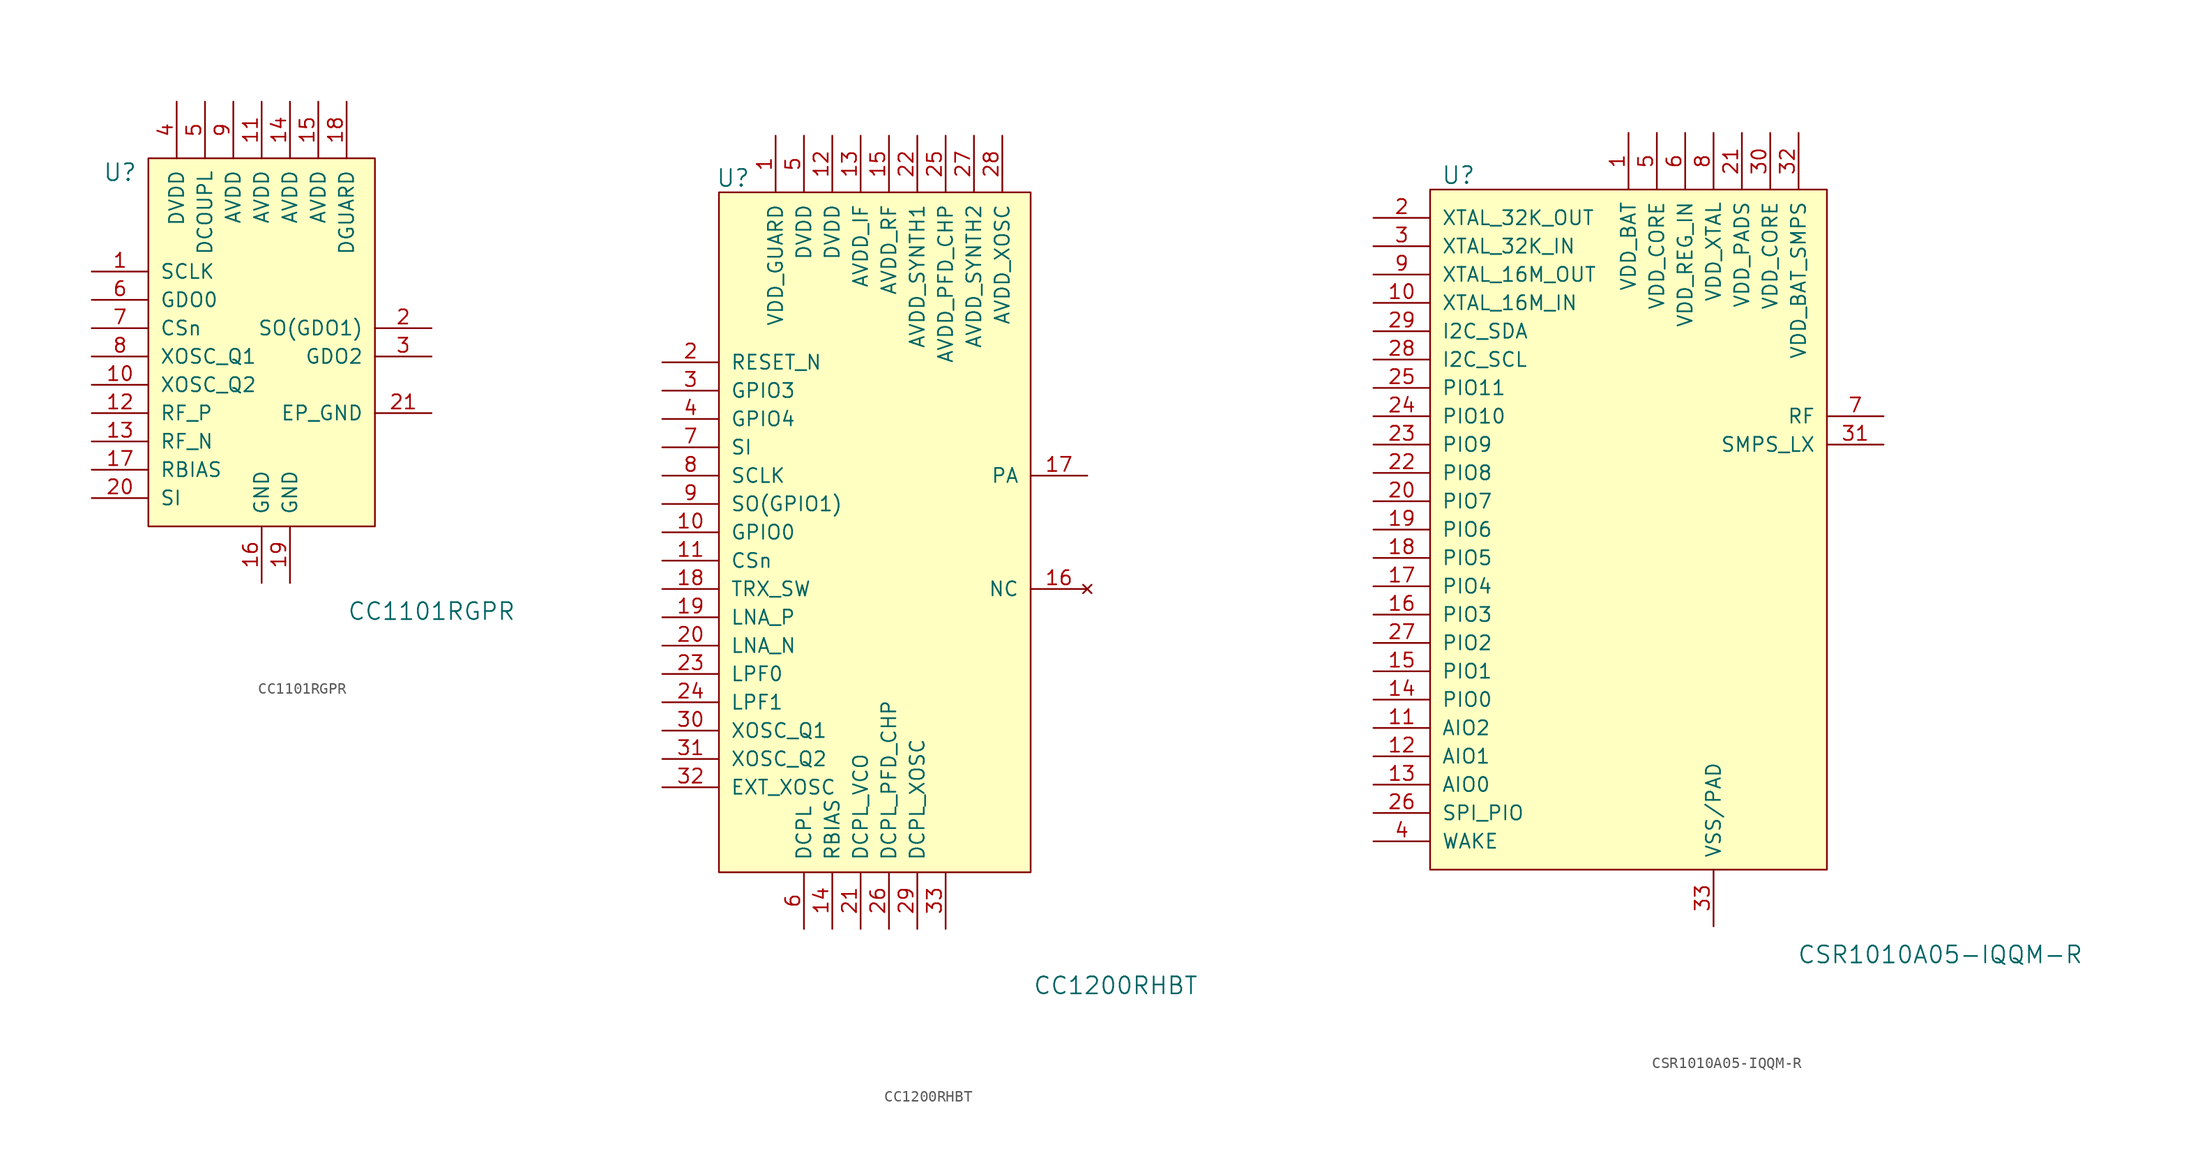
<source format=kicad_sym>
(kicad_symbol_lib
  (version 20231120)
  (generator "kicad_symbol_editor")
  (generator_version "8.0")
  (symbol "CC1101RGPR"
    (pin_names
      (offset 1.016))
    (property "Reference" "U"
      (at -12.7 11.43 0)
      (effects (font (size 1.524 1.524))))
    (property "Value" "CC1101RGPR"
      (at 15.24 -27.94 0)
      (effects (font (size 1.524 1.524))))
    (symbol "CC1101RGPR_0_1"
      (rectangle (start -10.16 12.7) (end 10.16 -20.32) (stroke (width 0) (type default)) (fill (type background))))
    (symbol "CC1101RGPR_1_1"
      (pin input line (at -15.24 2.54 0) (length 5.08) (name "SCLK" (effects (font (size 1.27 1.27)))) (number "1" (effects (font (size 1.27 1.27)))))
      (pin bidirectional line (at -15.24 -7.62 0) (length 5.08) (name "XOSC_Q2" (effects (font (size 1.27 1.27)))) (number "10" (effects (font (size 1.27 1.27)))))
      (pin power_in line (at 0 17.78 270) (length 5.08) (name "AVDD" (effects (font (size 1.27 1.27)))) (number "11" (effects (font (size 1.27 1.27)))))
      (pin bidirectional line (at -15.24 -10.16 0) (length 5.08) (name "RF_P" (effects (font (size 1.27 1.27)))) (number "12" (effects (font (size 1.27 1.27)))))
      (pin bidirectional line (at -15.24 -12.7 0) (length 5.08) (name "RF_N" (effects (font (size 1.27 1.27)))) (number "13" (effects (font (size 1.27 1.27)))))
      (pin power_in line (at 2.54 17.78 270) (length 5.08) (name "AVDD" (effects (font (size 1.27 1.27)))) (number "14" (effects (font (size 1.27 1.27)))))
      (pin power_in line (at 5.08 17.78 270) (length 5.08) (name "AVDD" (effects (font (size 1.27 1.27)))) (number "15" (effects (font (size 1.27 1.27)))))
      (pin power_in line (at 0 -25.4 90) (length 5.08) (name "GND" (effects (font (size 1.27 1.27)))) (number "16" (effects (font (size 1.27 1.27)))))
      (pin bidirectional line (at -15.24 -15.24 0) (length 5.08) (name "RBIAS" (effects (font (size 1.27 1.27)))) (number "17" (effects (font (size 1.27 1.27)))))
      (pin power_in line (at 7.62 17.78 270) (length 5.08) (name "DGUARD" (effects (font (size 1.27 1.27)))) (number "18" (effects (font (size 1.27 1.27)))))
      (pin power_in line (at 2.54 -25.4 90) (length 5.08) (name "GND" (effects (font (size 1.27 1.27)))) (number "19" (effects (font (size 1.27 1.27)))))
      (pin output line (at 15.24 -2.54 180) (length 5.08) (name "SO(GDO1)" (effects (font (size 1.27 1.27)))) (number "2" (effects (font (size 1.27 1.27)))))
      (pin input line (at -15.24 -17.78 0) (length 5.08) (name "SI" (effects (font (size 1.27 1.27)))) (number "20" (effects (font (size 1.27 1.27)))))
      (pin power_in line (at 15.24 -10.16 180) (length 5.08) (name "EP_GND" (effects (font (size 1.27 1.27)))) (number "21" (effects (font (size 1.27 1.27)))))
      (pin output line (at 15.24 -5.08 180) (length 5.08) (name "GDO2" (effects (font (size 1.27 1.27)))) (number "3" (effects (font (size 1.27 1.27)))))
      (pin power_in line (at -7.62 17.78 270) (length 5.08) (name "DVDD" (effects (font (size 1.27 1.27)))) (number "4" (effects (font (size 1.27 1.27)))))
      (pin power_in line (at -5.08 17.78 270) (length 5.08) (name "DCOUPL" (effects (font (size 1.27 1.27)))) (number "5" (effects (font (size 1.27 1.27)))))
      (pin bidirectional line (at -15.24 0 0) (length 5.08) (name "GDO0" (effects (font (size 1.27 1.27)))) (number "6" (effects (font (size 1.27 1.27)))))
      (pin input line (at -15.24 -2.54 0) (length 5.08) (name "CSn" (effects (font (size 1.27 1.27)))) (number "7" (effects (font (size 1.27 1.27)))))
      (pin bidirectional line (at -15.24 -5.08 0) (length 5.08) (name "XOSC_Q1" (effects (font (size 1.27 1.27)))) (number "8" (effects (font (size 1.27 1.27)))))
      (pin power_in line (at -2.54 17.78 270) (length 5.08) (name "AVDD" (effects (font (size 1.27 1.27)))) (number "9" (effects (font (size 1.27 1.27)))))))
  (symbol "CC1200RHBT"
    (pin_names
      (offset 1.016))
    (property "Reference" "U"
      (at -13.97 31.75 0)
      (effects (font (size 1.524 1.524))))
    (property "Value" "CC1200RHBT"
      (at 20.32 -40.64 0)
      (effects (font (size 1.524 1.524))))
    (symbol "CC1200RHBT_0_1"
      (rectangle (start -15.24 30.48) (end 12.7 -30.48) (stroke (width 0) (type default)) (fill (type background))))
    (symbol "CC1200RHBT_1_1"
      (pin power_in line (at -10.16 35.56 270) (length 5.08) (name "VDD_GUARD" (effects (font (size 1.27 1.27)))) (number "1" (effects (font (size 1.27 1.27)))))
      (pin bidirectional line (at -20.32 0 0) (length 5.08) (name "GPIO0" (effects (font (size 1.27 1.27)))) (number "10" (effects (font (size 1.27 1.27)))))
      (pin input line (at -20.32 -2.54 0) (length 5.08) (name "CSn" (effects (font (size 1.27 1.27)))) (number "11" (effects (font (size 1.27 1.27)))))
      (pin power_in line (at -5.08 35.56 270) (length 5.08) (name "DVDD" (effects (font (size 1.27 1.27)))) (number "12" (effects (font (size 1.27 1.27)))))
      (pin power_in line (at -2.54 35.56 270) (length 5.08) (name "AVDD_IF" (effects (font (size 1.27 1.27)))) (number "13" (effects (font (size 1.27 1.27)))))
      (pin power_in line (at -5.08 -35.56 90) (length 5.08) (name "RBIAS" (effects (font (size 1.27 1.27)))) (number "14" (effects (font (size 1.27 1.27)))))
      (pin power_in line (at 0 35.56 270) (length 5.08) (name "AVDD_RF" (effects (font (size 1.27 1.27)))) (number "15" (effects (font (size 1.27 1.27)))))
      (pin no_connect line (at 17.78 -5.08 180) (length 5.08) (name "NC" (effects (font (size 1.27 1.27)))) (number "16" (effects (font (size 1.27 1.27)))))
      (pin output line (at 17.78 5.08 180) (length 5.08) (name "PA" (effects (font (size 1.27 1.27)))) (number "17" (effects (font (size 1.27 1.27)))))
      (pin input line (at -20.32 -5.08 0) (length 5.08) (name "TRX_SW" (effects (font (size 1.27 1.27)))) (number "18" (effects (font (size 1.27 1.27)))))
      (pin input line (at -20.32 -7.62 0) (length 5.08) (name "LNA_P" (effects (font (size 1.27 1.27)))) (number "19" (effects (font (size 1.27 1.27)))))
      (pin input line (at -20.32 15.24 0) (length 5.08) (name "RESET_N" (effects (font (size 1.27 1.27)))) (number "2" (effects (font (size 1.27 1.27)))))
      (pin input line (at -20.32 -10.16 0) (length 5.08) (name "LNA_N" (effects (font (size 1.27 1.27)))) (number "20" (effects (font (size 1.27 1.27)))))
      (pin power_in line (at -2.54 -35.56 90) (length 5.08) (name "DCPL_VCO" (effects (font (size 1.27 1.27)))) (number "21" (effects (font (size 1.27 1.27)))))
      (pin power_in line (at 2.54 35.56 270) (length 5.08) (name "AVDD_SYNTH1" (effects (font (size 1.27 1.27)))) (number "22" (effects (font (size 1.27 1.27)))))
      (pin unspecified line (at -20.32 -12.7 0) (length 5.08) (name "LPF0" (effects (font (size 1.27 1.27)))) (number "23" (effects (font (size 1.27 1.27)))))
      (pin unspecified line (at -20.32 -15.24 0) (length 5.08) (name "LPF1" (effects (font (size 1.27 1.27)))) (number "24" (effects (font (size 1.27 1.27)))))
      (pin power_in line (at 5.08 35.56 270) (length 5.08) (name "AVDD_PFD_CHP" (effects (font (size 1.27 1.27)))) (number "25" (effects (font (size 1.27 1.27)))))
      (pin power_in line (at 0 -35.56 90) (length 5.08) (name "DCPL_PFD_CHP" (effects (font (size 1.27 1.27)))) (number "26" (effects (font (size 1.27 1.27)))))
      (pin power_in line (at 7.62 35.56 270) (length 5.08) (name "AVDD_SYNTH2" (effects (font (size 1.27 1.27)))) (number "27" (effects (font (size 1.27 1.27)))))
      (pin power_in line (at 10.16 35.56 270) (length 5.08) (name "AVDD_XOSC" (effects (font (size 1.27 1.27)))) (number "28" (effects (font (size 1.27 1.27)))))
      (pin power_in line (at 2.54 -35.56 90) (length 5.08) (name "DCPL_XOSC" (effects (font (size 1.27 1.27)))) (number "29" (effects (font (size 1.27 1.27)))))
      (pin bidirectional line (at -20.32 12.7 0) (length 5.08) (name "GPIO3" (effects (font (size 1.27 1.27)))) (number "3" (effects (font (size 1.27 1.27)))))
      (pin unspecified line (at -20.32 -17.78 0) (length 5.08) (name "XOSC_Q1" (effects (font (size 1.27 1.27)))) (number "30" (effects (font (size 1.27 1.27)))))
      (pin unspecified line (at -20.32 -20.32 0) (length 5.08) (name "XOSC_Q2" (effects (font (size 1.27 1.27)))) (number "31" (effects (font (size 1.27 1.27)))))
      (pin input line (at -20.32 -22.86 0) (length 5.08) (name "EXT_XOSC" (effects (font (size 1.27 1.27)))) (number "32" (effects (font (size 1.27 1.27)))))
      (pin power_in line (at 5.08 -35.56 90) (length 5.08) (name "~" (effects (font (size 1.27 1.27)))) (number "33" (effects (font (size 1.27 1.27)))))
      (pin bidirectional line (at -20.32 10.16 0) (length 5.08) (name "GPIO4" (effects (font (size 1.27 1.27)))) (number "4" (effects (font (size 1.27 1.27)))))
      (pin power_in line (at -7.62 35.56 270) (length 5.08) (name "DVDD" (effects (font (size 1.27 1.27)))) (number "5" (effects (font (size 1.27 1.27)))))
      (pin power_out line (at -7.62 -35.56 90) (length 5.08) (name "DCPL" (effects (font (size 1.27 1.27)))) (number "6" (effects (font (size 1.27 1.27)))))
      (pin input line (at -20.32 7.62 0) (length 5.08) (name "SI" (effects (font (size 1.27 1.27)))) (number "7" (effects (font (size 1.27 1.27)))))
      (pin input line (at -20.32 5.08 0) (length 5.08) (name "SCLK" (effects (font (size 1.27 1.27)))) (number "8" (effects (font (size 1.27 1.27)))))
      (pin bidirectional line (at -20.32 2.54 0) (length 5.08) (name "SO(GPIO1)" (effects (font (size 1.27 1.27)))) (number "9" (effects (font (size 1.27 1.27)))))))
  (symbol "CSR1010A05-IQQM-R"
    (pin_names
      (offset 1.016))
    (property "Reference" "U"
      (at -15.24 31.75 0)
      (effects (font (size 1.524 1.524))))
    (property "Value" "CSR1010A05-IQQM-R"
      (at 27.94 -38.1 0)
      (effects (font (size 1.524 1.524))))
    (symbol "CSR1010A05-IQQM-R_0_1"
      (rectangle (start -17.78 30.48) (end 17.78 -30.48) (stroke (width 0) (type default)) (fill (type background))))
    (symbol "CSR1010A05-IQQM-R_1_1"
      (pin power_in line (at 0 35.56 270) (length 5.08) (name "VDD_BAT" (effects (font (size 1.27 1.27)))) (number "1" (effects (font (size 1.27 1.27)))))
      (pin input line (at -22.86 20.32 0) (length 5.08) (name "XTAL_16M_IN" (effects (font (size 1.27 1.27)))) (number "10" (effects (font (size 1.27 1.27)))))
      (pin bidirectional line (at -22.86 -17.78 0) (length 5.08) (name "AIO2" (effects (font (size 1.27 1.27)))) (number "11" (effects (font (size 1.27 1.27)))))
      (pin bidirectional line (at -22.86 -20.32 0) (length 5.08) (name "AIO1" (effects (font (size 1.27 1.27)))) (number "12" (effects (font (size 1.27 1.27)))))
      (pin bidirectional line (at -22.86 -22.86 0) (length 5.08) (name "AIO0" (effects (font (size 1.27 1.27)))) (number "13" (effects (font (size 1.27 1.27)))))
      (pin bidirectional line (at -22.86 -15.24 0) (length 5.08) (name "PIO0" (effects (font (size 1.27 1.27)))) (number "14" (effects (font (size 1.27 1.27)))))
      (pin bidirectional line (at -22.86 -12.7 0) (length 5.08) (name "PIO1" (effects (font (size 1.27 1.27)))) (number "15" (effects (font (size 1.27 1.27)))))
      (pin bidirectional line (at -22.86 -7.62 0) (length 5.08) (name "PIO3" (effects (font (size 1.27 1.27)))) (number "16" (effects (font (size 1.27 1.27)))))
      (pin bidirectional line (at -22.86 -5.08 0) (length 5.08) (name "PIO4" (effects (font (size 1.27 1.27)))) (number "17" (effects (font (size 1.27 1.27)))))
      (pin bidirectional line (at -22.86 -2.54 0) (length 5.08) (name "PIO5" (effects (font (size 1.27 1.27)))) (number "18" (effects (font (size 1.27 1.27)))))
      (pin bidirectional line (at -22.86 0 0) (length 5.08) (name "PIO6" (effects (font (size 1.27 1.27)))) (number "19" (effects (font (size 1.27 1.27)))))
      (pin input line (at -22.86 27.94 0) (length 5.08) (name "XTAL_32K_OUT" (effects (font (size 1.27 1.27)))) (number "2" (effects (font (size 1.27 1.27)))))
      (pin bidirectional line (at -22.86 2.54 0) (length 5.08) (name "PIO7" (effects (font (size 1.27 1.27)))) (number "20" (effects (font (size 1.27 1.27)))))
      (pin power_in line (at 10.16 35.56 270) (length 5.08) (name "VDD_PADS" (effects (font (size 1.27 1.27)))) (number "21" (effects (font (size 1.27 1.27)))))
      (pin bidirectional line (at -22.86 5.08 0) (length 5.08) (name "PIO8" (effects (font (size 1.27 1.27)))) (number "22" (effects (font (size 1.27 1.27)))))
      (pin bidirectional line (at -22.86 7.62 0) (length 5.08) (name "PIO9" (effects (font (size 1.27 1.27)))) (number "23" (effects (font (size 1.27 1.27)))))
      (pin bidirectional line (at -22.86 10.16 0) (length 5.08) (name "PIO10" (effects (font (size 1.27 1.27)))) (number "24" (effects (font (size 1.27 1.27)))))
      (pin bidirectional line (at -22.86 12.7 0) (length 5.08) (name "PIO11" (effects (font (size 1.27 1.27)))) (number "25" (effects (font (size 1.27 1.27)))))
      (pin bidirectional line (at -22.86 -25.4 0) (length 5.08) (name "SPI_PIO" (effects (font (size 1.27 1.27)))) (number "26" (effects (font (size 1.27 1.27)))))
      (pin bidirectional line (at -22.86 -10.16 0) (length 5.08) (name "PIO2" (effects (font (size 1.27 1.27)))) (number "27" (effects (font (size 1.27 1.27)))))
      (pin bidirectional line (at -22.86 15.24 0) (length 5.08) (name "I2C_SCL" (effects (font (size 1.27 1.27)))) (number "28" (effects (font (size 1.27 1.27)))))
      (pin bidirectional line (at -22.86 17.78 0) (length 5.08) (name "I2C_SDA" (effects (font (size 1.27 1.27)))) (number "29" (effects (font (size 1.27 1.27)))))
      (pin input line (at -22.86 25.4 0) (length 5.08) (name "XTAL_32K_IN" (effects (font (size 1.27 1.27)))) (number "3" (effects (font (size 1.27 1.27)))))
      (pin power_in line (at 12.7 35.56 270) (length 5.08) (name "VDD_CORE" (effects (font (size 1.27 1.27)))) (number "30" (effects (font (size 1.27 1.27)))))
      (pin output line (at 22.86 7.62 180) (length 5.08) (name "SMPS_LX" (effects (font (size 1.27 1.27)))) (number "31" (effects (font (size 1.27 1.27)))))
      (pin power_in line (at 15.24 35.56 270) (length 5.08) (name "VDD_BAT_SMPS" (effects (font (size 1.27 1.27)))) (number "32" (effects (font (size 1.27 1.27)))))
      (pin power_in line (at 7.62 -35.56 90) (length 5.08) (name "VSS/PAD" (effects (font (size 1.27 1.27)))) (number "33" (effects (font (size 1.27 1.27)))))
      (pin input line (at -22.86 -27.94 0) (length 5.08) (name "WAKE" (effects (font (size 1.27 1.27)))) (number "4" (effects (font (size 1.27 1.27)))))
      (pin power_in line (at 2.54 35.56 270) (length 5.08) (name "VDD_CORE" (effects (font (size 1.27 1.27)))) (number "5" (effects (font (size 1.27 1.27)))))
      (pin power_in line (at 5.08 35.56 270) (length 5.08) (name "VDD_REG_IN" (effects (font (size 1.27 1.27)))) (number "6" (effects (font (size 1.27 1.27)))))
      (pin output line (at 22.86 10.16 180) (length 5.08) (name "RF" (effects (font (size 1.27 1.27)))) (number "7" (effects (font (size 1.27 1.27)))))
      (pin power_in line (at 7.62 35.56 270) (length 5.08) (name "VDD_XTAL" (effects (font (size 1.27 1.27)))) (number "8" (effects (font (size 1.27 1.27)))))
      (pin input line (at -22.86 22.86 0) (length 5.08) (name "XTAL_16M_OUT" (effects (font (size 1.27 1.27)))) (number "9" (effects (font (size 1.27 1.27))))))))
</source>
